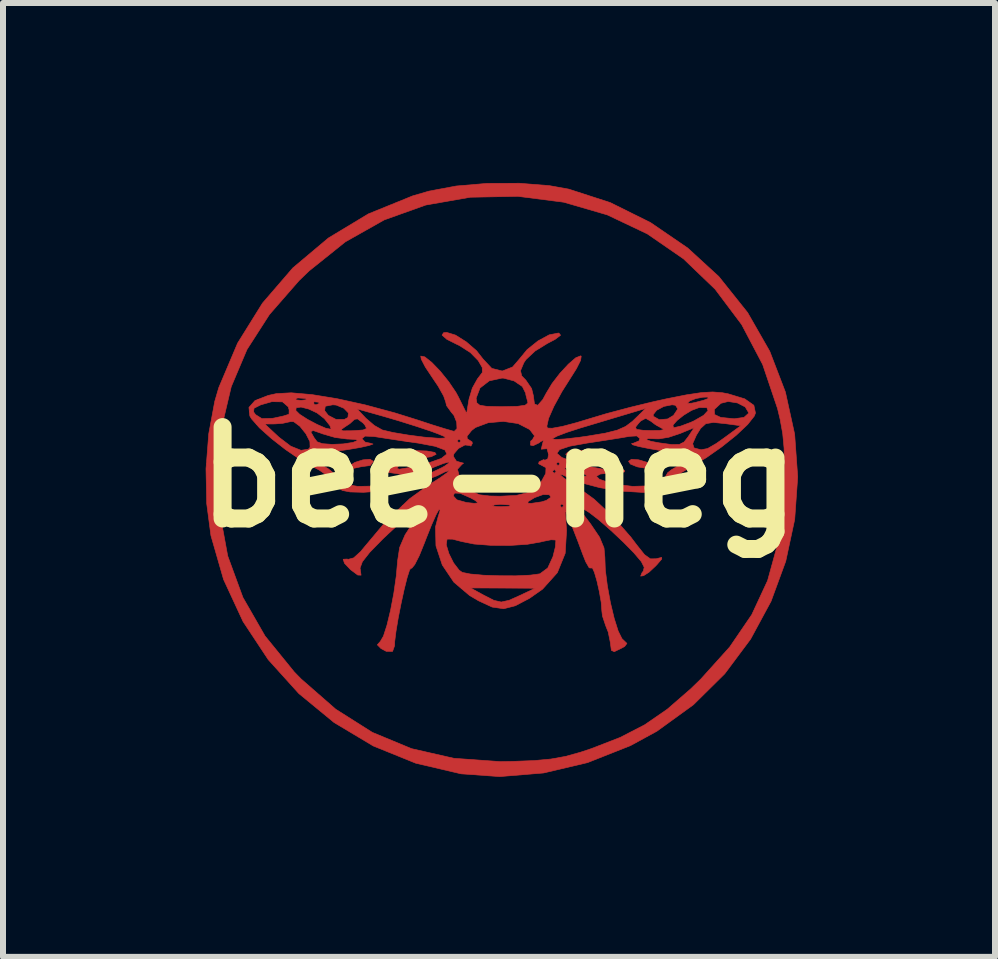
<source format=kicad_pcb>
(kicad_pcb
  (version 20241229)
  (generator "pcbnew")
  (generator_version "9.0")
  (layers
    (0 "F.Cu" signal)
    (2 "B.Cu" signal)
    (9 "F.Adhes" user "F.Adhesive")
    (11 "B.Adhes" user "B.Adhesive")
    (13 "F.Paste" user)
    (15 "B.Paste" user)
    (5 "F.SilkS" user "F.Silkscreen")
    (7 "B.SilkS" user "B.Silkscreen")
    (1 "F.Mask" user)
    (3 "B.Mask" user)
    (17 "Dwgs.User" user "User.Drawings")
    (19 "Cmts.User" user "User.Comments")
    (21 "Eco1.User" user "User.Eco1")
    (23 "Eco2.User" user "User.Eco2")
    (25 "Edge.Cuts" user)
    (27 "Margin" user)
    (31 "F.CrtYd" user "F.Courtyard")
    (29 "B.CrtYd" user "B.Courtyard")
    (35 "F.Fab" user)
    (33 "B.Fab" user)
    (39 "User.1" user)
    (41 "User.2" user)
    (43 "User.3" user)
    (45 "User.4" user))
  (footprint "bee-neg"
    (layer "F.Cu")
    (at 5.269 4.904)
    (property "Reference" "bee-neg" (at 0 0 0) (layer "F.SilkS") (effects (font (size 1.524 1.524) (thickness 0.3))))
    (attr through_hole)
    (fp_poly (pts (xy 2.327 -0.289) (xy 2.462 -0.249) (xy 2.567 -0.187) (xy 2.569 -0.186) (xy 2.587 -0.145) (xy 2.512 -0.138) (xy 2.329 -0.167) (xy 2.302 -0.172) (xy 2.19 -0.218) (xy 2.159 -0.265) (xy 2.209 -0.298) (xy 2.327 -0.289)) (stroke (width 0.01) (type solid)) (fill yes) (layer "F.Cu"))
    (fp_poly (pts (xy -2.096 -0.264) (xy -2.095 -0.261) (xy -2.146 -0.195) (xy -2.175 -0.19) (xy -2.295 -0.174) (xy -2.413 -0.149) (xy -2.517 -0.135) (xy -2.512 -0.173) (xy -2.508 -0.177) (xy -2.405 -0.245) (xy -2.27 -0.288) (xy -2.151 -0.298) (xy -2.096 -0.264)) (stroke (width 0.01) (type solid)) (fill yes) (layer "F.Cu"))
    (fp_poly (pts (xy 0.841 -4.859) (xy 1.163 -4.801) (xy 1.854 -4.577) (xy 2.525 -4.244) (xy 3.145 -3.82) (xy 3.665 -3.343) (xy 4.144 -2.743) (xy 4.513 -2.098) (xy 4.774 -1.418) (xy 4.928 -0.716) (xy 4.979 -0.004) (xy 4.929 0.705) (xy 4.78 1.401) (xy 4.535 2.069) (xy 4.194 2.7) (xy 3.762 3.279) (xy 3.24 3.795) (xy 2.631 4.236) (xy 2.191 4.476) (xy 1.476 4.759) (xy 0.742 4.932) (xy 0.011 4.992) (xy -0.633 4.946) (xy -1.388 4.769) (xy -2.098 4.481) (xy -2.751 4.09) (xy -3.337 3.608) (xy -3.847 3.043) (xy -4.268 2.406) (xy -4.592 1.706) (xy -4.803 0.973) (xy -4.873 0.442) (xy -4.885 -0.14) (xy -4.878 -0.222) (xy -4.681 -0.222) (xy -4.659 0.573) (xy -4.523 1.314) (xy -4.27 2.005) (xy -3.901 2.648) (xy -3.413 3.248) (xy -3.3 3.364) (xy -2.722 3.869) (xy -2.112 4.255) (xy -1.459 4.526) (xy -0.753 4.687) (xy 0.017 4.742) (xy 0.222 4.739) (xy 0.586 4.725) (xy 0.867 4.699) (xy 1.11 4.655) (xy 1.358 4.586) (xy 1.541 4.525) (xy 2.02 4.339) (xy 2.429 4.128) (xy 2.806 3.868) (xy 3.192 3.533) (xy 3.365 3.365) (xy 3.845 2.832) (xy 4.213 2.293) (xy 4.477 1.725) (xy 4.648 1.105) (xy 4.736 0.408) (xy 4.747 0.185) (xy 4.757 -0.191) (xy 4.752 -0.481) (xy 4.729 -0.726) (xy 4.685 -0.968) (xy 4.643 -1.143) (xy 4.395 -1.877) (xy 4.045 -2.543) (xy 3.602 -3.133) (xy 3.075 -3.639) (xy 2.472 -4.055) (xy 1.804 -4.372) (xy 1.079 -4.583) (xy 0.315 -4.681) (xy -0.479 -4.666) (xy -1.221 -4.536) (xy -1.914 -4.288) (xy -2.561 -3.923) (xy -3.166 -3.438) (xy -3.334 -3.276) (xy -3.827 -2.711) (xy -4.202 -2.127) (xy -4.464 -1.508) (xy -4.623 -0.834) (xy -4.681 -0.222) (xy -4.878 -0.222) (xy -4.839 -0.724) (xy -4.739 -1.263) (xy -4.672 -1.492) (xy -4.358 -2.234) (xy -3.943 -2.901) (xy -3.437 -3.488) (xy -2.845 -3.986) (xy -2.177 -4.389) (xy -1.439 -4.689) (xy -1.167 -4.768) (xy -0.715 -4.853) (xy -0.197 -4.897) (xy 0.339 -4.899) (xy 0.841 -4.859)) (stroke (width 0.01) (type solid)) (fill yes) (layer "F.Cu"))
    (fp_poly (pts (xy -0.726 -2.368) (xy -0.546 -2.255) (xy -0.375 -2.107) (xy -0.266 -1.968) (xy -0.121 -1.813) (xy 0.054 -1.769) (xy 0.226 -1.836) (xy 0.336 -1.964) (xy 0.469 -2.126) (xy 0.65 -2.271) (xy 0.836 -2.372) (xy 0.989 -2.402) (xy 0.999 -2.4) (xy 1.026 -2.366) (xy 0.934 -2.296) (xy 0.808 -2.23) (xy 0.602 -2.103) (xy 0.449 -1.96) (xy 0.413 -1.906) (xy 0.358 -1.774) (xy 0.378 -1.688) (xy 0.447 -1.617) (xy 0.543 -1.477) (xy 0.572 -1.359) (xy 0.591 -1.219) (xy 0.646 -1.198) (xy 0.73 -1.294) (xy 0.786 -1.398) (xy 0.885 -1.562) (xy 1.016 -1.732) (xy 1.156 -1.883) (xy 1.278 -1.989) (xy 1.36 -2.022) (xy 1.37 -2.016) (xy 1.36 -1.947) (xy 1.291 -1.81) (xy 1.224 -1.703) (xy 1.05 -1.428) (xy 0.914 -1.179) (xy 0.826 -0.979) (xy 0.797 -0.85) (xy 0.807 -0.818) (xy 0.886 -0.815) (xy 1.057 -0.846) (xy 1.29 -0.908) (xy 1.462 -0.96) (xy 1.792 -1.059) (xy 2.187 -1.164) (xy 2.455 -1.229) (xy 3.139 -1.229) (xy 3.213 -1.233) (xy 3.27 -1.245) (xy 3.412 -1.282) (xy 3.487 -1.311) (xy 3.487 -1.311) (xy 3.48 -1.335) (xy 3.396 -1.332) (xy 3.282 -1.31) (xy 3.186 -1.274) (xy 3.175 -1.267) (xy 3.139 -1.229) (xy 2.455 -1.229) (xy 2.584 -1.26) (xy 2.787 -1.305) (xy 3.125 -1.372) (xy 3.372 -1.409) (xy 3.561 -1.42) (xy 3.724 -1.407) (xy 3.82 -1.389) (xy 4.096 -1.305) (xy 4.248 -1.198) (xy 4.275 -1.069) (xy 4.255 -1.017) (xy 4.144 -0.877) (xy 3.954 -0.698) (xy 3.714 -0.506) (xy 3.456 -0.325) (xy 3.239 -0.195) (xy 3.039 -0.074) (xy 2.88 0.047) (xy 2.809 0.123) (xy 2.735 0.203) (xy 2.614 0.242) (xy 2.408 0.254) (xy 2.384 0.254) (xy 2.037 0.233) (xy 1.681 0.176) (xy 1.366 0.093) (xy 1.191 0.022) (xy 1.056 -0.039) (xy 1.021 -0.039) (xy 1.077 0.013) (xy 1.218 0.108) (xy 1.286 0.149) (xy 1.586 0.368) (xy 1.904 0.664) (xy 2.199 1.002) (xy 2.295 1.129) (xy 2.425 1.292) (xy 2.523 1.362) (xy 2.62 1.361) (xy 2.626 1.359) (xy 2.71 1.338) (xy 2.713 1.365) (xy 2.632 1.459) (xy 2.608 1.484) (xy 2.5 1.585) (xy 2.409 1.643) (xy 2.361 1.65) (xy 2.383 1.594) (xy 2.405 1.566) (xy 2.42 1.503) (xy 2.372 1.408) (xy 2.248 1.262) (xy 2.077 1.088) (xy 1.869 0.892) (xy 1.669 0.717) (xy 1.51 0.594) (xy 1.478 0.573) (xy 1.276 0.45) (xy 1.525 0.778) (xy 1.676 1.002) (xy 1.75 1.18) (xy 1.764 1.331) (xy 1.772 1.548) (xy 1.806 1.813) (xy 1.857 2.093) (xy 1.92 2.355) (xy 1.986 2.565) (xy 2.049 2.692) (xy 2.064 2.707) (xy 2.132 2.772) (xy 2.094 2.823) (xy 2.041 2.852) (xy 1.921 2.91) (xy 1.873 2.888) (xy 1.856 2.765) (xy 1.856 2.759) (xy 1.82 2.582) (xy 1.778 2.477) (xy 1.724 2.315) (xy 1.714 2.23) (xy 1.703 2.086) (xy 1.672 1.908) (xy 1.632 1.731) (xy 1.59 1.587) (xy 1.555 1.511) (xy 1.538 1.516) (xy 1.503 1.512) (xy 1.445 1.411) (xy 1.398 1.293) (xy 1.311 1.06) (xy 1.223 0.835) (xy 1.193 0.762) (xy 1.1 0.54) (xy 1.126 0.889) (xy 1.103 1.27) (xy 0.972 1.593) (xy 0.726 1.867) (xy 0.508 2.02) (xy 0.272 2.144) (xy 0.078 2.194) (xy -0.115 2.166) (xy -0.344 2.06) (xy -0.49 1.974) (xy -0.64 1.847) (xy -0.476 1.847) (xy -0.254 1.968) (xy -0.086 2.054) (xy 0.037 2.082) (xy 0.168 2.053) (xy 0.349 1.972) (xy 0.603 1.852) (xy 0.064 1.849) (xy -0.476 1.847) (xy -0.64 1.847) (xy -0.754 1.75) (xy -0.946 1.464) (xy -1.051 1.147) (xy -1.052 1.127) (xy -0.88 1.127) (xy -0.836 1.273) (xy -0.758 1.43) (xy -0.665 1.551) (xy -0.613 1.588) (xy -0.478 1.615) (xy -0.257 1.635) (xy 0.01 1.644) (xy 0.282 1.645) (xy 0.518 1.634) (xy 0.679 1.612) (xy 0.682 1.611) (xy 0.812 1.515) (xy 0.899 1.326) (xy 0.939 1.164) (xy 0.947 1.061) (xy 0.943 1.048) (xy 0.868 1.044) (xy 0.723 1.073) (xy 0.695 1.081) (xy 0.47 1.12) (xy 0.178 1.139) (xy -0.134 1.137) (xy -0.418 1.115) (xy -0.625 1.073) (xy -0.629 1.072) (xy -0.775 1.034) (xy -0.863 1.033) (xy -0.867 1.036) (xy -0.88 1.127) (xy -1.052 1.127) (xy -1.059 0.83) (xy -1.017 0.667) (xy -0.983 0.557) (xy -0.995 0.533) (xy -1.002 0.54) (xy -1.049 0.626) (xy -1.126 0.799) (xy -1.216 1.025) (xy -1.242 1.093) (xy -1.329 1.308) (xy -1.405 1.458) (xy -1.456 1.52) (xy -1.466 1.516) (xy -1.491 1.547) (xy -1.532 1.675) (xy -1.581 1.87) (xy -1.632 2.103) (xy -1.68 2.345) (xy -1.717 2.567) (xy -1.739 2.74) (xy -1.741 2.81) (xy -1.775 2.905) (xy -1.88 2.904) (xy -1.968 2.857) (xy -2.029 2.795) (xy -1.979 2.739) (xy -1.927 2.651) (xy -1.868 2.468) (xy -1.808 2.219) (xy -1.754 1.936) (xy -1.713 1.648) (xy -1.69 1.39) (xy -1.657 1.173) (xy -1.566 0.962) (xy -1.432 0.755) (xy -1.328 0.602) (xy -1.282 0.516) (xy -1.301 0.514) (xy -1.308 0.519) (xy -1.417 0.602) (xy -1.477 0.63) (xy -1.541 0.673) (xy -1.673 0.785) (xy -1.848 0.946) (xy -1.937 1.03) (xy -2.154 1.252) (xy -2.278 1.41) (xy -2.317 1.516) (xy -2.313 1.539) (xy -2.3 1.634) (xy -2.355 1.632) (xy -2.476 1.542) (xy -2.577 1.435) (xy -2.598 1.369) (xy -2.532 1.365) (xy -2.516 1.371) (xy -2.423 1.346) (xy -2.304 1.238) (xy -2.278 1.205) (xy -1.883 0.734) (xy -1.616 0.48) (xy -0.114 0.48) (xy -0.038 0.49) (xy 0.032 0.492) (xy 0.162 0.487) (xy 0.187 0.476) (xy 1.016 0.476) (xy 1.048 0.508) (xy 1.079 0.476) (xy 1.048 0.445) (xy 1.016 0.476) (xy 0.187 0.476) (xy 0.196 0.472) (xy 0.175 0.464) (xy 0.023 0.453) (xy -0.079 0.463) (xy -0.114 0.48) (xy -1.616 0.48) (xy -1.489 0.359) (xy -1.425 0.313) (xy -0.762 0.313) (xy -0.703 0.378) (xy -0.543 0.423) (xy -0.413 0.437) (xy -0.349 0.43) (xy -0.373 0.409) (xy 0.482 0.409) (xy 0.484 0.435) (xy 0.54 0.437) (xy 0.71 0.412) (xy 0.79 0.387) (xy 0.866 0.334) (xy 0.839 0.294) (xy 0.736 0.29) (xy 0.591 0.342) (xy 0.589 0.344) (xy 0.482 0.409) (xy -0.373 0.409) (xy -0.394 0.39) (xy -0.468 0.349) (xy -0.649 0.269) (xy -0.743 0.266) (xy -0.762 0.313) (xy -1.425 0.313) (xy -1.195 0.146) (xy -0.985 0.012) (xy -0.863 -0.075) (xy -0.833 -0.11) (xy -0.903 -0.087) (xy -1.032 -0.023) (xy -1.423 0.129) (xy -1.876 0.226) (xy -2.259 0.253) (xy -2.481 0.247) (xy -2.613 0.222) (xy -2.69 0.165) (xy -2.725 0.111) (xy -2.827 0.001) (xy -2.999 -0.119) (xy -3.101 -0.173) (xy -3.319 -0.296) (xy -3.425 -0.368) (xy -3.27 -0.368) (xy -3.016 -0.239) (xy -2.848 -0.14) (xy -2.731 -0.046) (xy -2.709 -0.019) (xy -2.61 0.077) (xy -2.519 0.127) (xy -2.355 0.154) (xy -2.125 0.15) (xy -1.881 0.118) (xy -1.678 0.066) (xy -1.619 0.04) (xy -1.606 0.03) (xy -1.46 0.03) (xy -1.41 0.03) (xy -1.284 -0.011) (xy -1.121 -0.078) (xy -0.959 -0.155) (xy -0.905 -0.185) (xy -0.834 -0.237) (xy -0.836 -0.252) (xy -0.922 -0.23) (xy -1.069 -0.173) (xy -1.235 -0.099) (xy -1.378 -0.027) (xy -1.456 0.023) (xy -1.46 0.03) (xy -1.606 0.03) (xy -1.557 -0.005) (xy -1.582 -0.034) (xy -1.711 -0.06) (xy -1.778 -0.069) (xy -1.924 -0.093) (xy -1.978 -0.112) (xy -1.96 -0.117) (xy -1.835 -0.172) (xy -1.774 -0.227) (xy -1.724 -0.317) (xy -1.776 -0.381) (xy -1.782 -0.385) (xy -1.781 -0.418) (xy -1.657 -0.437) (xy -1.441 -0.444) (xy -1.202 -0.436) (xy -1.07 -0.412) (xy -1.048 -0.381) (xy -1.131 -0.34) (xy -1.288 -0.318) (xy -1.329 -0.318) (xy -1.533 -0.288) (xy -1.658 -0.214) (xy -1.702 -0.148) (xy -1.664 -0.132) (xy -1.525 -0.155) (xy -1.523 -0.155) (xy -1.18 -0.235) (xy -0.962 -0.312) (xy -0.918 -0.347) (xy -0.762 -0.347) (xy -0.71 -0.266) (xy -0.651 -0.249) (xy -0.591 -0.233) (xy -0.619 -0.212) (xy -0.693 -0.131) (xy -0.655 0.004) (xy -0.543 0.149) (xy -0.44 0.243) (xy -0.326 0.294) (xy -0.158 0.314) (xy 0.02 0.318) (xy 0.286 0.305) (xy 0.467 0.262) (xy 0.587 0.192) (xy 0.71 0.065) (xy 0.779 -0.062) (xy 0.78 -0.095) (xy 0.889 -0.095) (xy 0.921 -0.064) (xy 0.953 -0.095) (xy 0.921 -0.127) (xy 0.889 -0.095) (xy 0.78 -0.095) (xy 0.782 -0.146) (xy 1.083 -0.146) (xy 1.149 -0.098) (xy 1.222 -0.065) (xy 1.393 -0.009) (xy 1.459 -0.018) (xy 1.46 -0.026) (xy 1.408 -0.062) (xy 1.279 -0.114) (xy 1.27 -0.117) (xy 1.126 -0.156) (xy 1.083 -0.146) (xy 0.782 -0.146) (xy 0.782 -0.158) (xy 0.721 -0.191) (xy 0.662 -0.222) (xy 0.953 -0.222) (xy 0.984 -0.191) (xy 1.016 -0.222) (xy 0.984 -0.254) (xy 0.953 -0.222) (xy 0.662 -0.222) (xy 0.66 -0.223) (xy 0.667 -0.255) (xy 0.743 -0.292) (xy 0.766 -0.283) (xy 0.813 -0.305) (xy 0.826 -0.381) (xy 0.821 -0.397) (xy 0.965 -0.397) (xy 1.046 -0.328) (xy 1.251 -0.251) (xy 1.322 -0.231) (xy 1.588 -0.16) (xy 1.747 -0.13) (xy 1.814 -0.14) (xy 1.802 -0.19) (xy 1.778 -0.222) (xy 1.654 -0.289) (xy 1.448 -0.317) (xy 1.425 -0.318) (xy 1.248 -0.331) (xy 1.13 -0.365) (xy 1.111 -0.381) (xy 1.146 -0.417) (xy 1.297 -0.438) (xy 1.504 -0.444) (xy 1.711 -0.436) (xy 1.836 -0.419) (xy 1.858 -0.393) (xy 1.856 -0.391) (xy 1.815 -0.332) (xy 1.879 -0.249) (xy 1.888 -0.242) (xy 2.019 -0.148) (xy 2.095 -0.109) (xy 2.095 -0.088) (xy 1.991 -0.073) (xy 1.876 -0.069) (xy 1.689 -0.052) (xy 1.623 -0.015) (xy 1.673 0.035) (xy 1.837 0.092) (xy 1.973 0.123) (xy 2.228 0.154) (xy 2.468 0.146) (xy 2.655 0.104) (xy 2.745 0.042) (xy 2.8 -0.053) (xy 2.809 -0.071) (xy 2.871 -0.121) (xy 3.008 -0.201) (xy 3.079 -0.239) (xy 3.333 -0.368) (xy 2.952 -0.41) (xy 2.716 -0.44) (xy 2.5 -0.476) (xy 2.328 -0.511) (xy 2.223 -0.541) (xy 2.21 -0.561) (xy 2.238 -0.565) (xy 2.333 -0.604) (xy 2.342 -0.626) (xy 2.451 -0.626) (xy 2.534 -0.597) (xy 2.667 -0.572) (xy 2.88 -0.543) (xy 3.006 -0.545) (xy 3.033 -0.559) (xy 3.228 -0.559) (xy 3.249 -0.49) (xy 3.259 -0.485) (xy 3.368 -0.456) (xy 3.477 -0.477) (xy 3.622 -0.561) (xy 3.749 -0.651) (xy 4.03 -0.857) (xy 3.777 -0.891) (xy 3.572 -0.912) (xy 3.447 -0.891) (xy 3.36 -0.812) (xy 3.291 -0.701) (xy 3.228 -0.559) (xy 3.033 -0.559) (xy 3.085 -0.586) (xy 3.154 -0.675) (xy 3.161 -0.686) (xy 3.254 -0.825) (xy 3.017 -0.727) (xy 2.83 -0.665) (xy 2.668 -0.638) (xy 2.644 -0.638) (xy 2.487 -0.643) (xy 2.451 -0.626) (xy 2.342 -0.626) (xy 2.349 -0.643) (xy 2.296 -0.687) (xy 2.175 -0.68) (xy 2.03 -0.655) (xy 1.803 -0.619) (xy 1.538 -0.578) (xy 1.476 -0.569) (xy 1.18 -0.516) (xy 1.01 -0.459) (xy 0.965 -0.397) (xy 0.821 -0.397) (xy 0.8 -0.474) (xy 0.751 -0.47) (xy 0.704 -0.466) (xy 0.721 -0.538) (xy 0.741 -0.615) (xy 0.691 -0.591) (xy 0.667 -0.571) (xy 0.568 -0.524) (xy 0.524 -0.534) (xy 0.527 -0.6) (xy 0.559 -0.627) (xy 0.564 -0.637) (xy 0.889 -0.637) (xy 0.947 -0.628) (xy 1.103 -0.637) (xy 1.329 -0.663) (xy 1.476 -0.684) (xy 1.77 -0.733) (xy 1.97 -0.783) (xy 2.08 -0.832) (xy 2.275 -0.832) (xy 2.292 -0.796) (xy 2.401 -0.781) (xy 2.525 -0.777) (xy 2.679 -0.778) (xy 2.744 -0.792) (xy 2.731 -0.805) (xy 2.619 -0.868) (xy 2.9 -0.868) (xy 2.907 -0.827) (xy 2.923 -0.826) (xy 3.03 -0.851) (xy 3.195 -0.913) (xy 3.248 -0.937) (xy 3.41 -1.03) (xy 3.484 -1.11) (xy 3.477 -1.128) (xy 3.588 -1.128) (xy 3.594 -1.043) (xy 3.695 -0.996) (xy 3.92 -0.973) (xy 4.084 -0.996) (xy 4.158 -1.063) (xy 4.159 -1.078) (xy 4.104 -1.17) (xy 3.974 -1.237) (xy 3.82 -1.261) (xy 3.699 -1.231) (xy 3.588 -1.128) (xy 3.477 -1.128) (xy 3.464 -1.159) (xy 3.343 -1.16) (xy 3.328 -1.157) (xy 3.21 -1.113) (xy 3.08 -1.034) (xy 2.968 -0.945) (xy 2.9 -0.868) (xy 2.619 -0.868) (xy 2.602 -0.878) (xy 2.534 -0.93) (xy 2.445 -0.981) (xy 2.362 -0.936) (xy 2.329 -0.901) (xy 2.275 -0.832) (xy 2.08 -0.832) (xy 2.11 -0.845) (xy 2.224 -0.931) (xy 2.254 -0.96) (xy 2.338 -1.041) (xy 2.569 -1.041) (xy 2.574 -1.013) (xy 2.671 -0.958) (xy 2.81 -0.97) (xy 2.908 -1.029) (xy 2.98 -1.137) (xy 2.942 -1.198) (xy 2.885 -1.206) (xy 2.748 -1.179) (xy 2.628 -1.115) (xy 2.569 -1.041) (xy 2.338 -1.041) (xy 2.445 -1.146) (xy 2.127 -1.05) (xy 1.899 -0.982) (xy 1.613 -0.896) (xy 1.349 -0.817) (xy 1.13 -0.746) (xy 0.967 -0.684) (xy 0.891 -0.642) (xy 0.889 -0.637) (xy 0.564 -0.637) (xy 0.592 -0.687) (xy 0.522 -0.78) (xy 0.503 -0.798) (xy 0.318 -0.893) (xy 0.074 -0.929) (xy -0.18 -0.907) (xy -0.392 -0.828) (xy -0.457 -0.778) (xy -0.533 -0.682) (xy -0.529 -0.636) (xy -0.522 -0.635) (xy -0.45 -0.588) (xy -0.445 -0.561) (xy -0.469 -0.517) (xy -0.485 -0.527) (xy -0.568 -0.536) (xy -0.675 -0.479) (xy -0.752 -0.389) (xy -0.762 -0.347) (xy -0.918 -0.347) (xy -0.87 -0.385) (xy -0.902 -0.452) (xy -1.061 -0.513) (xy -1.346 -0.567) (xy -1.354 -0.568) (xy -1.6 -0.603) (xy -0.699 -0.603) (xy -0.667 -0.572) (xy -0.635 -0.603) (xy -0.667 -0.635) (xy -0.699 -0.603) (xy -1.6 -0.603) (xy -1.627 -0.607) (xy -1.877 -0.645) (xy -2.057 -0.673) (xy -2.08 -0.677) (xy -2.233 -0.684) (xy -2.286 -0.642) (xy -2.232 -0.584) (xy -2.143 -0.565) (xy -2.101 -0.552) (xy -2.165 -0.528) (xy -2.311 -0.495) (xy -2.521 -0.459) (xy -2.773 -0.424) (xy -2.889 -0.411) (xy -3.27 -0.368) (xy -3.425 -0.368) (xy -3.561 -0.461) (xy -3.796 -0.645) (xy -3.995 -0.823) (xy -4.05 -0.886) (xy -3.905 -0.886) (xy -3.668 -0.665) (xy -3.472 -0.516) (xy -3.301 -0.447) (xy -3.178 -0.466) (xy -3.15 -0.497) (xy -3.153 -0.593) (xy -3.22 -0.724) (xy -3.247 -0.757) (xy -3.139 -0.757) (xy -3.084 -0.659) (xy -3.032 -0.589) (xy -2.945 -0.558) (xy -2.783 -0.546) (xy -2.596 -0.554) (xy -2.434 -0.579) (xy -2.355 -0.612) (xy -2.391 -0.628) (xy -2.515 -0.635) (xy -2.531 -0.635) (xy -2.733 -0.661) (xy -2.946 -0.723) (xy -2.957 -0.728) (xy -3.098 -0.777) (xy -3.139 -0.757) (xy -3.247 -0.757) (xy -3.274 -0.791) (xy -2.634 -0.791) (xy -2.605 -0.772) (xy -2.467 -0.773) (xy -2.43 -0.774) (xy -2.266 -0.786) (xy -2.208 -0.811) (xy -2.235 -0.866) (xy -2.267 -0.903) (xy -2.358 -0.971) (xy -2.408 -0.964) (xy -2.488 -0.891) (xy -2.572 -0.836) (xy -2.634 -0.791) (xy -3.274 -0.791) (xy -3.32 -0.848) (xy -3.421 -0.923) (xy -3.469 -0.927) (xy -3.606 -0.897) (xy -3.736 -0.887) (xy -3.905 -0.886) (xy -4.05 -0.886) (xy -4.126 -0.972) (xy -4.154 -1.019) (xy -4.162 -1.088) (xy -4.092 -1.088) (xy -4.059 -1.042) (xy -3.954 -0.976) (xy -3.782 -0.98) (xy -3.751 -0.985) (xy -3.595 -1.019) (xy -3.506 -1.047) (xy -3.501 -1.051) (xy -3.499 -1.111) (xy -3.388 -1.111) (xy -3.323 -1.047) (xy -3.191 -0.962) (xy -3.032 -0.878) (xy -2.89 -0.816) (xy -2.805 -0.799) (xy -2.799 -0.801) (xy -2.819 -0.859) (xy -2.903 -0.965) (xy -2.915 -0.978) (xy -3.032 -1.069) (xy -3.114 -1.108) (xy -2.907 -1.108) (xy -2.845 -1.029) (xy -2.717 -0.962) (xy -2.577 -0.963) (xy -2.519 -0.994) (xy -2.511 -1.07) (xy -2.577 -1.138) (xy -2.367 -1.138) (xy -2.221 -0.983) (xy -2.079 -0.861) (xy -1.945 -0.786) (xy -1.767 -0.744) (xy -1.517 -0.702) (xy -1.25 -0.667) (xy -1.023 -0.649) (xy -0.984 -0.648) (xy -0.897 -0.652) (xy -0.907 -0.676) (xy -1.025 -0.725) (xy -1.13 -0.764) (xy -1.373 -0.845) (xy -1.669 -0.938) (xy -1.917 -1.011) (xy -2.367 -1.138) (xy -2.577 -1.138) (xy -2.588 -1.149) (xy -2.713 -1.201) (xy -2.77 -1.206) (xy -2.897 -1.182) (xy -2.907 -1.108) (xy -3.114 -1.108) (xy -3.172 -1.135) (xy -3.301 -1.168) (xy -3.381 -1.157) (xy -3.388 -1.111) (xy -3.499 -1.111) (xy -3.499 -1.121) (xy -3.514 -1.172) (xy -3.602 -1.249) (xy -3.09 -1.249) (xy -3.082 -1.211) (xy -3.048 -1.206) (xy -2.996 -1.23) (xy -3.006 -1.249) (xy -3.081 -1.256) (xy -3.09 -1.249) (xy -3.602 -1.249) (xy -3.609 -1.255) (xy -3.787 -1.258) (xy -3.972 -1.205) (xy -4.084 -1.149) (xy -4.092 -1.088) (xy -4.162 -1.088) (xy -4.169 -1.162) (xy -4.068 -1.276) (xy -4.035 -1.289) (xy -3.389 -1.289) (xy -3.302 -1.28) (xy -3.212 -1.29) (xy -3.223 -1.312) (xy -3.353 -1.32) (xy -3.381 -1.312) (xy -3.389 -1.289) (xy -4.035 -1.289) (xy -3.848 -1.362) (xy -3.713 -1.392) (xy -3.464 -1.406) (xy -3.119 -1.376) (xy -2.701 -1.308) (xy -2.233 -1.205) (xy -1.736 -1.071) (xy -1.365 -0.955) (xy -1.113 -0.872) (xy -0.907 -0.808) (xy -0.775 -0.77) (xy -0.746 -0.764) (xy -0.701 -0.809) (xy -0.706 -0.916) (xy -0.752 -1.03) (xy -0.794 -1.08) (xy -0.875 -1.192) (xy -0.889 -1.254) (xy -0.924 -1.354) (xy -1.015 -1.516) (xy -1.116 -1.666) (xy -1.229 -1.836) (xy -1.296 -1.965) (xy -1.305 -2.018) (xy -1.238 -2.005) (xy -1.122 -1.913) (xy -0.981 -1.767) (xy -0.839 -1.591) (xy -0.718 -1.412) (xy -0.679 -1.34) (xy -0.54 -1.061) (xy -0.502 -1.292) (xy -0.498 -1.308) (xy -0.381 -1.308) (xy -0.37 -1.238) (xy -0.32 -1.198) (xy -0.203 -1.18) (xy 0.008 -1.175) (xy 0.064 -1.175) (xy 0.304 -1.18) (xy 0.436 -1.199) (xy 0.481 -1.236) (xy 0.477 -1.259) (xy 0.447 -1.373) (xy 0.445 -1.398) (xy 0.389 -1.51) (xy 0.251 -1.604) (xy 0.076 -1.65) (xy 0.048 -1.651) (xy -0.163 -1.605) (xy -0.317 -1.486) (xy -0.381 -1.319) (xy -0.381 -1.308) (xy -0.498 -1.308) (xy -0.445 -1.485) (xy -0.358 -1.641) (xy -0.351 -1.649) (xy -0.278 -1.745) (xy -0.28 -1.828) (xy -0.347 -1.943) (xy -0.478 -2.077) (xy -0.663 -2.195) (xy -0.704 -2.214) (xy -0.871 -2.298) (xy -0.949 -2.367) (xy -0.925 -2.407) (xy -0.873 -2.413) (xy -0.726 -2.368)) (stroke (width 0.01) (type solid)) (fill yes) (layer "F.Cu")))
  (gr_rect
    (start -3 -3)
    (end 13.537 12.901)
    (stroke (width 0.1) (type default))
    (fill no)
    (layer "Edge.Cuts")))
</source>
